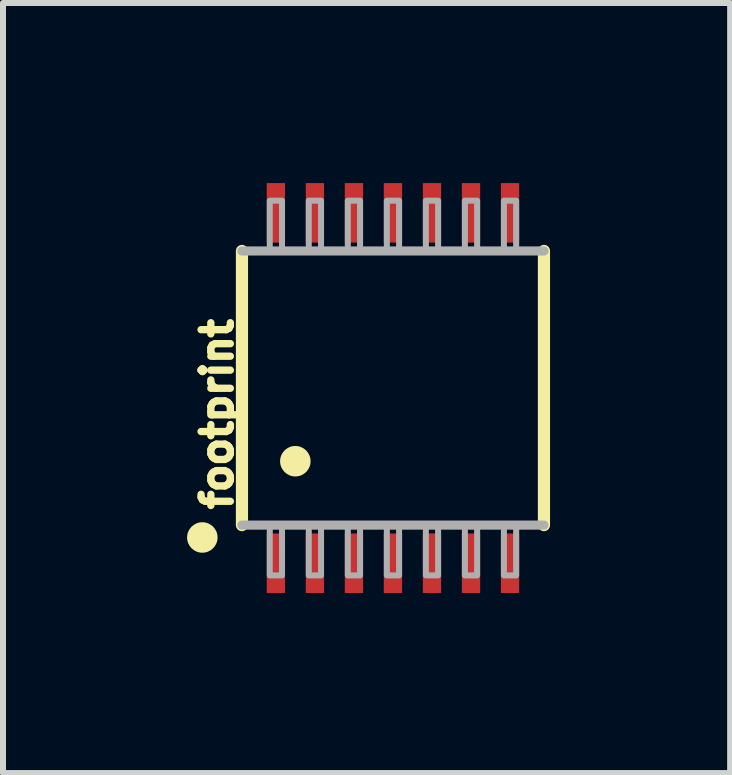
<source format=kicad_pcb>
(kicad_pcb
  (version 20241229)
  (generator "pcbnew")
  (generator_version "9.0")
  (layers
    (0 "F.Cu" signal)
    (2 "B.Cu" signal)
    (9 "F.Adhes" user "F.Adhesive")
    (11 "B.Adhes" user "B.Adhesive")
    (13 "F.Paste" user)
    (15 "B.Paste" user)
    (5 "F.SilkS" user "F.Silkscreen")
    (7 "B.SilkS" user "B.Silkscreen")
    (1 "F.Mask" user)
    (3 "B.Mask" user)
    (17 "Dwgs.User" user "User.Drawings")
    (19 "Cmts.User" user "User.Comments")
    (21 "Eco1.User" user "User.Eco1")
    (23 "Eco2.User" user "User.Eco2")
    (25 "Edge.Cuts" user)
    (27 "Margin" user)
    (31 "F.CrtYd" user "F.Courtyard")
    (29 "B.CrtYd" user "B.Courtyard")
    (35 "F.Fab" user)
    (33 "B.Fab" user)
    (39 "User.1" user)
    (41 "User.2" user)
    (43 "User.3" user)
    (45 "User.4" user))
  (footprint "footprint"
    (layer "F.Cu")
    (at 3.495 3.413)
    (property "Reference" "footprint" (at -2.642 2.083 90) (layer "F.SilkS") (effects (font (size 0.488 0.488) (thickness 0.122)) (justify left bottom)))
    (fp_line (start -2.515 2.283) (end -2.515 -2.283) (stroke (width 0.203) (type solid)) (layer "F.SilkS"))
    (fp_line (start 2.515 -2.283) (end 2.515 2.283) (stroke (width 0.203) (type solid)) (layer "F.SilkS"))
    (fp_circle (center -3.175 2.489) (end -3.048 2.489) (stroke (width 0.254) (type solid)) (fill yes) (layer "F.SilkS"))
    (fp_circle (center -1.626 1.219) (end -1.499 1.219) (stroke (width 0.254) (type solid)) (fill yes) (layer "F.SilkS"))
    (fp_line (start -2.515 2.283) (end 2.515 2.283) (stroke (width 0.152) (type solid)) (layer "F.Fab"))
    (fp_line (start 2.515 -2.283) (end -2.515 -2.283) (stroke (width 0.152) (type solid)) (layer "F.Fab"))
    (fp_poly (pts (xy -2.052 -2.283) (xy -1.848 -2.283) (xy -1.848 -3.121) (xy -2.052 -3.121)) (stroke (width 0.1) (type solid)) (fill no) (layer "F.Fab"))
    (fp_poly (pts (xy -2.052 3.121) (xy -1.848 3.121) (xy -1.848 2.283) (xy -2.052 2.283)) (stroke (width 0.1) (type solid)) (fill no) (layer "F.Fab"))
    (fp_poly (pts (xy -1.402 -2.283) (xy -1.198 -2.283) (xy -1.198 -3.121) (xy -1.402 -3.121)) (stroke (width 0.1) (type solid)) (fill no) (layer "F.Fab"))
    (fp_poly (pts (xy -1.402 3.121) (xy -1.198 3.121) (xy -1.198 2.283) (xy -1.402 2.283)) (stroke (width 0.1) (type solid)) (fill no) (layer "F.Fab"))
    (fp_poly (pts (xy -0.752 -2.283) (xy -0.548 -2.283) (xy -0.548 -3.121) (xy -0.752 -3.121)) (stroke (width 0.1) (type solid)) (fill no) (layer "F.Fab"))
    (fp_poly (pts (xy -0.752 3.121) (xy -0.548 3.121) (xy -0.548 2.283) (xy -0.752 2.283)) (stroke (width 0.1) (type solid)) (fill no) (layer "F.Fab"))
    (fp_poly (pts (xy -0.102 -2.283) (xy 0.102 -2.283) (xy 0.102 -3.121) (xy -0.102 -3.121)) (stroke (width 0.1) (type solid)) (fill no) (layer "F.Fab"))
    (fp_poly (pts (xy -0.102 3.121) (xy 0.102 3.121) (xy 0.102 2.283) (xy -0.102 2.283)) (stroke (width 0.1) (type solid)) (fill no) (layer "F.Fab"))
    (fp_poly (pts (xy 0.548 -2.283) (xy 0.752 -2.283) (xy 0.752 -3.121) (xy 0.548 -3.121)) (stroke (width 0.1) (type solid)) (fill no) (layer "F.Fab"))
    (fp_poly (pts (xy 0.548 3.121) (xy 0.752 3.121) (xy 0.752 2.283) (xy 0.548 2.283)) (stroke (width 0.1) (type solid)) (fill no) (layer "F.Fab"))
    (fp_poly (pts (xy 1.198 -2.283) (xy 1.402 -2.283) (xy 1.402 -3.121) (xy 1.198 -3.121)) (stroke (width 0.1) (type solid)) (fill no) (layer "F.Fab"))
    (fp_poly (pts (xy 1.198 3.121) (xy 1.402 3.121) (xy 1.402 2.283) (xy 1.198 2.283)) (stroke (width 0.1) (type solid)) (fill no) (layer "F.Fab"))
    (fp_poly (pts (xy 1.848 -2.283) (xy 2.052 -2.283) (xy 2.052 -3.121) (xy 1.848 -3.121)) (stroke (width 0.1) (type solid)) (fill no) (layer "F.Fab"))
    (fp_poly (pts (xy 1.848 3.121) (xy 2.052 3.121) (xy 2.052 2.283) (xy 1.848 2.283)) (stroke (width 0.1) (type solid)) (fill no) (layer "F.Fab"))
    (pad "1" smd rect (at -1.95 2.918) (size 0.305 0.991) (layers "F.Cu" "F.Mask" "F.Paste"))
    (pad "2" smd rect (at -1.3 2.918) (size 0.305 0.991) (layers "F.Cu" "F.Mask" "F.Paste"))
    (pad "3" smd rect (at -0.65 2.918) (size 0.305 0.991) (layers "F.Cu" "F.Mask" "F.Paste"))
    (pad "4" smd rect (at 0 2.918) (size 0.305 0.991) (layers "F.Cu" "F.Mask" "F.Paste"))
    (pad "5" smd rect (at 0.65 2.918) (size 0.305 0.991) (layers "F.Cu" "F.Mask" "F.Paste"))
    (pad "6" smd rect (at 1.3 2.918) (size 0.305 0.991) (layers "F.Cu" "F.Mask" "F.Paste"))
    (pad "7" smd rect (at 1.95 2.918) (size 0.305 0.991) (layers "F.Cu" "F.Mask" "F.Paste"))
    (pad "8" smd rect (at 1.95 -2.918) (size 0.305 0.991) (layers "F.Cu" "F.Mask" "F.Paste"))
    (pad "9" smd rect (at 1.3 -2.918) (size 0.305 0.991) (layers "F.Cu" "F.Mask" "F.Paste"))
    (pad "10" smd rect (at 0.65 -2.918) (size 0.305 0.991) (layers "F.Cu" "F.Mask" "F.Paste"))
    (pad "11" smd rect (at 0 -2.918) (size 0.305 0.991) (layers "F.Cu" "F.Mask" "F.Paste"))
    (pad "12" smd rect (at -0.65 -2.918) (size 0.305 0.991) (layers "F.Cu" "F.Mask" "F.Paste"))
    (pad "13" smd rect (at -1.3 -2.918) (size 0.305 0.991) (layers "F.Cu" "F.Mask" "F.Paste"))
    (pad "14" smd rect (at -1.95 -2.918) (size 0.305 0.991) (layers "F.Cu" "F.Mask" "F.Paste")))
  (gr_rect
    (start -3 -3)
    (end 9.111 9.826)
    (stroke (width 0.1) (type default))
    (fill no)
    (layer "Edge.Cuts")))
</source>
